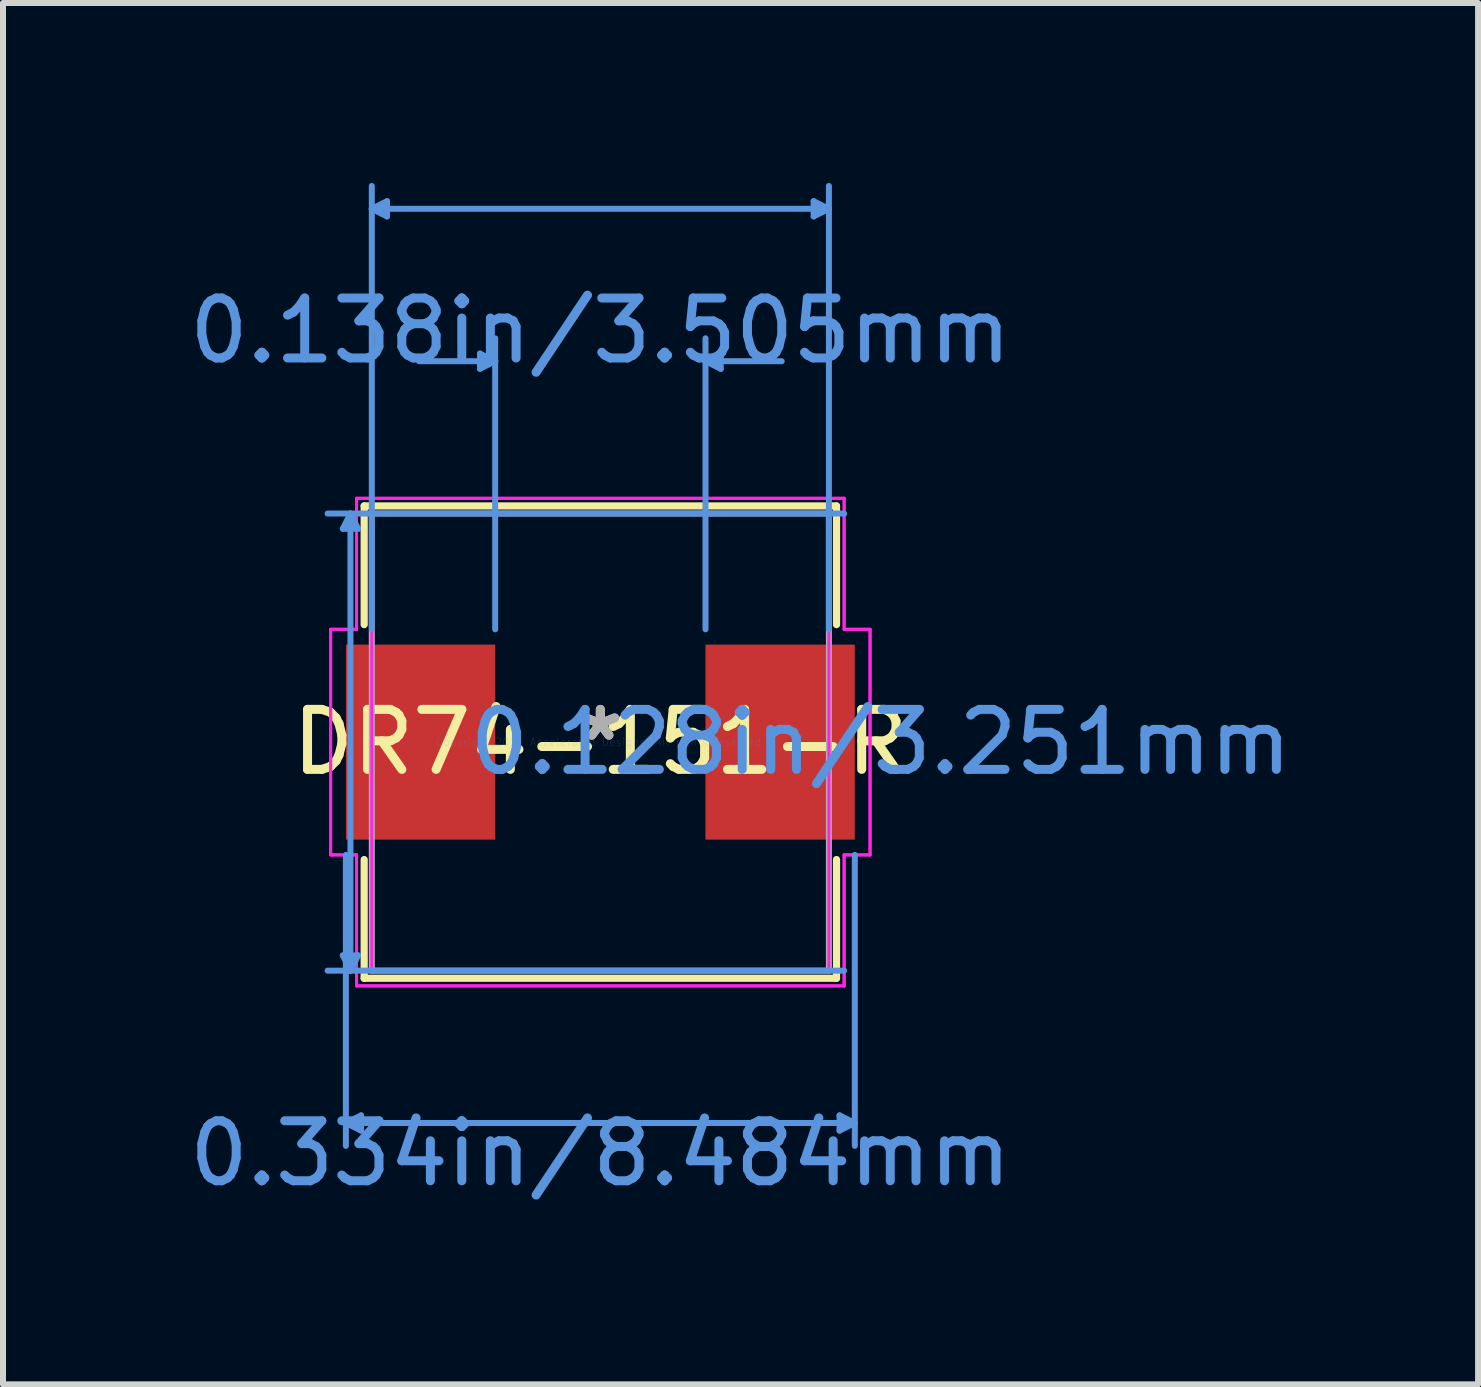
<source format=kicad_pcb>
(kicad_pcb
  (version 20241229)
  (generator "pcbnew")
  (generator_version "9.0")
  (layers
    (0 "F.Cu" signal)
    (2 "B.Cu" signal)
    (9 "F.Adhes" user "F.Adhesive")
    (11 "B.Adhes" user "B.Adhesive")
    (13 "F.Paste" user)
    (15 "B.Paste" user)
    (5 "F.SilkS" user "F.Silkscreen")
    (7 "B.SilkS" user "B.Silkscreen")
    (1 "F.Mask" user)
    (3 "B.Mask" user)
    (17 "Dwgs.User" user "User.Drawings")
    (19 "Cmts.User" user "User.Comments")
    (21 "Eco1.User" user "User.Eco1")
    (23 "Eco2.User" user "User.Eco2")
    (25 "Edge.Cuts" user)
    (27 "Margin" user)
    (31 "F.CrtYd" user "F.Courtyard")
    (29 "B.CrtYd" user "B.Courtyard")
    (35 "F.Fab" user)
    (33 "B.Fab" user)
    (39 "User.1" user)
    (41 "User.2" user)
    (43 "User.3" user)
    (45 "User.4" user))
  (footprint "DR74-151-R"
    (layer "F.Cu")
    (at 6.958 9.321)
    (property "Reference" "DR74-151-R" (at 0 0 0) (layer "F.SilkS") (effects (font (size 1 1) (thickness 0.15))))
    (attr through_hole)
    (fp_line (start -3.937 -3.937) (end -3.937 -1.958) (stroke (width 0.12) (type solid)) (layer "F.SilkS"))
    (fp_line (start -3.937 1.958) (end -3.937 3.937) (stroke (width 0.12) (type solid)) (layer "F.SilkS"))
    (fp_line (start -3.937 3.937) (end 3.937 3.937) (stroke (width 0.12) (type solid)) (layer "F.SilkS"))
    (fp_line (start 3.937 -3.937) (end -3.937 -3.937) (stroke (width 0.12) (type solid)) (layer "F.SilkS"))
    (fp_line (start 3.937 -1.958) (end 3.937 -3.937) (stroke (width 0.12) (type solid)) (layer "F.SilkS"))
    (fp_line (start 3.937 3.937) (end 3.937 1.958) (stroke (width 0.12) (type solid)) (layer "F.SilkS"))
    (fp_line (start -4.293 -3.556) (end -4.039 -3.556) (stroke (width 0.1) (type solid)) (layer "Cmts.User"))
    (fp_line (start -4.293 3.556) (end -4.039 3.556) (stroke (width 0.1) (type solid)) (layer "Cmts.User"))
    (fp_line (start -4.242 1.88) (end -4.242 6.731) (stroke (width 0.1) (type solid)) (layer "Cmts.User"))
    (fp_line (start -4.242 6.35) (end -3.988 6.223) (stroke (width 0.1) (type solid)) (layer "Cmts.User"))
    (fp_line (start -4.242 6.35) (end -3.988 6.477) (stroke (width 0.1) (type solid)) (layer "Cmts.User"))
    (fp_line (start -4.242 6.35) (end 4.242 6.35) (stroke (width 0.1) (type solid)) (layer "Cmts.User"))
    (fp_line (start -4.166 -3.81) (end -4.293 -3.556) (stroke (width 0.1) (type solid)) (layer "Cmts.User"))
    (fp_line (start -4.166 -3.81) (end -4.166 3.81) (stroke (width 0.1) (type solid)) (layer "Cmts.User"))
    (fp_line (start -4.166 -3.81) (end -4.039 -3.556) (stroke (width 0.1) (type solid)) (layer "Cmts.User"))
    (fp_line (start -4.166 3.81) (end -4.293 3.556) (stroke (width 0.1) (type solid)) (layer "Cmts.User"))
    (fp_line (start -4.166 3.81) (end -4.039 3.556) (stroke (width 0.1) (type solid)) (layer "Cmts.User"))
    (fp_line (start -3.988 6.223) (end -3.988 6.477) (stroke (width 0.1) (type solid)) (layer "Cmts.User"))
    (fp_line (start -3.81 -8.89) (end -3.556 -9.017) (stroke (width 0.1) (type solid)) (layer "Cmts.User"))
    (fp_line (start -3.81 -8.89) (end -3.556 -8.763) (stroke (width 0.1) (type solid)) (layer "Cmts.User"))
    (fp_line (start -3.81 -8.89) (end 3.81 -8.89) (stroke (width 0.1) (type solid)) (layer "Cmts.User"))
    (fp_line (start -3.81 -1.88) (end -3.81 -9.271) (stroke (width 0.1) (type solid)) (layer "Cmts.User"))
    (fp_line (start -3.556 -9.017) (end -3.556 -8.763) (stroke (width 0.1) (type solid)) (layer "Cmts.User"))
    (fp_line (start -2.007 -6.477) (end -2.007 -6.223) (stroke (width 0.1) (type solid)) (layer "Cmts.User"))
    (fp_line (start -1.753 -6.35) (end -3.023 -6.35) (stroke (width 0.1) (type solid)) (layer "Cmts.User"))
    (fp_line (start -1.753 -6.35) (end -2.007 -6.477) (stroke (width 0.1) (type solid)) (layer "Cmts.User"))
    (fp_line (start -1.753 -6.35) (end -2.007 -6.223) (stroke (width 0.1) (type solid)) (layer "Cmts.User"))
    (fp_line (start -1.753 -1.88) (end -1.753 -6.731) (stroke (width 0.1) (type solid)) (layer "Cmts.User"))
    (fp_line (start 1.753 -6.35) (end 2.007 -6.477) (stroke (width 0.1) (type solid)) (layer "Cmts.User"))
    (fp_line (start 1.753 -6.35) (end 2.007 -6.223) (stroke (width 0.1) (type solid)) (layer "Cmts.User"))
    (fp_line (start 1.753 -6.35) (end 3.023 -6.35) (stroke (width 0.1) (type solid)) (layer "Cmts.User"))
    (fp_line (start 1.753 -1.88) (end 1.753 -6.731) (stroke (width 0.1) (type solid)) (layer "Cmts.User"))
    (fp_line (start 2.007 -6.477) (end 2.007 -6.223) (stroke (width 0.1) (type solid)) (layer "Cmts.User"))
    (fp_line (start 3.556 -9.017) (end 3.556 -8.763) (stroke (width 0.1) (type solid)) (layer "Cmts.User"))
    (fp_line (start 3.81 -8.89) (end 3.556 -9.017) (stroke (width 0.1) (type solid)) (layer "Cmts.User"))
    (fp_line (start 3.81 -8.89) (end 3.556 -8.763) (stroke (width 0.1) (type solid)) (layer "Cmts.User"))
    (fp_line (start 3.81 -1.88) (end 3.81 -9.271) (stroke (width 0.1) (type solid)) (layer "Cmts.User"))
    (fp_line (start 3.988 6.223) (end 3.988 6.477) (stroke (width 0.1) (type solid)) (layer "Cmts.User"))
    (fp_line (start 4.064 -3.81) (end -4.547 -3.81) (stroke (width 0.1) (type solid)) (layer "Cmts.User"))
    (fp_line (start 4.064 3.81) (end -4.547 3.81) (stroke (width 0.1) (type solid)) (layer "Cmts.User"))
    (fp_line (start 4.242 1.88) (end 4.242 6.731) (stroke (width 0.1) (type solid)) (layer "Cmts.User"))
    (fp_line (start 4.242 6.35) (end 3.988 6.223) (stroke (width 0.1) (type solid)) (layer "Cmts.User"))
    (fp_line (start 4.242 6.35) (end 3.988 6.477) (stroke (width 0.1) (type solid)) (layer "Cmts.User"))
    (fp_line (start -4.496 -1.88) (end -4.064 -1.88) (stroke (width 0.05) (type solid)) (layer "F.CrtYd"))
    (fp_line (start -4.496 -1.88) (end -4.064 -1.88) (stroke (width 0.05) (type solid)) (layer "F.CrtYd"))
    (fp_line (start -4.496 1.88) (end -4.496 -1.88) (stroke (width 0.05) (type solid)) (layer "F.CrtYd"))
    (fp_line (start -4.496 1.88) (end -4.496 -1.88) (stroke (width 0.05) (type solid)) (layer "F.CrtYd"))
    (fp_line (start -4.496 1.88) (end -4.064 1.88) (stroke (width 0.05) (type solid)) (layer "F.CrtYd"))
    (fp_line (start -4.064 -4.064) (end 4.064 -4.064) (stroke (width 0.05) (type solid)) (layer "F.CrtYd"))
    (fp_line (start -4.064 -4.064) (end 4.064 -4.064) (stroke (width 0.05) (type solid)) (layer "F.CrtYd"))
    (fp_line (start -4.064 -1.88) (end -4.064 -4.064) (stroke (width 0.05) (type solid)) (layer "F.CrtYd"))
    (fp_line (start -4.064 -1.88) (end -4.064 -4.064) (stroke (width 0.05) (type solid)) (layer "F.CrtYd"))
    (fp_line (start -4.064 1.88) (end -4.496 1.88) (stroke (width 0.05) (type solid)) (layer "F.CrtYd"))
    (fp_line (start -4.064 1.88) (end -4.064 4.064) (stroke (width 0.05) (type solid)) (layer "F.CrtYd"))
    (fp_line (start -4.064 4.064) (end -4.064 1.88) (stroke (width 0.05) (type solid)) (layer "F.CrtYd"))
    (fp_line (start -4.064 4.064) (end 4.064 4.064) (stroke (width 0.05) (type solid)) (layer "F.CrtYd"))
    (fp_line (start -3.81 -3.81) (end 3.81 -3.81) (stroke (width 0.05) (type solid)) (layer "F.CrtYd"))
    (fp_line (start -3.81 3.81) (end -3.81 -3.81) (stroke (width 0.05) (type solid)) (layer "F.CrtYd"))
    (fp_line (start 3.81 -3.81) (end 3.81 3.81) (stroke (width 0.05) (type solid)) (layer "F.CrtYd"))
    (fp_line (start 3.81 3.81) (end -3.81 3.81) (stroke (width 0.05) (type solid)) (layer "F.CrtYd"))
    (fp_line (start 4.064 -4.064) (end 4.064 -1.88) (stroke (width 0.05) (type solid)) (layer "F.CrtYd"))
    (fp_line (start 4.064 -4.064) (end 4.064 -1.88) (stroke (width 0.05) (type solid)) (layer "F.CrtYd"))
    (fp_line (start 4.064 -1.88) (end 4.496 -1.88) (stroke (width 0.05) (type solid)) (layer "F.CrtYd"))
    (fp_line (start 4.064 -1.88) (end 4.496 -1.88) (stroke (width 0.05) (type solid)) (layer "F.CrtYd"))
    (fp_line (start 4.064 1.88) (end 4.064 4.064) (stroke (width 0.05) (type solid)) (layer "F.CrtYd"))
    (fp_line (start 4.064 1.88) (end 4.496 1.88) (stroke (width 0.05) (type solid)) (layer "F.CrtYd"))
    (fp_line (start 4.064 4.064) (end -4.064 4.064) (stroke (width 0.05) (type solid)) (layer "F.CrtYd"))
    (fp_line (start 4.064 4.064) (end 4.064 1.88) (stroke (width 0.05) (type solid)) (layer "F.CrtYd"))
    (fp_line (start 4.064 4.064) (end 4.064 4.064) (stroke (width 0.05) (type solid)) (layer "F.CrtYd"))
    (fp_line (start 4.496 -1.88) (end 4.496 1.88) (stroke (width 0.05) (type solid)) (layer "F.CrtYd"))
    (fp_line (start 4.496 -1.88) (end 4.496 1.88) (stroke (width 0.05) (type solid)) (layer "F.CrtYd"))
    (fp_line (start 4.496 1.88) (end 4.064 1.88) (stroke (width 0.05) (type solid)) (layer "F.CrtYd"))
    (fp_line (start -3.81 -3.81) (end -3.81 3.81) (stroke (width 0.1) (type solid)) (layer "F.Fab"))
    (fp_line (start -3.81 3.81) (end 3.81 3.81) (stroke (width 0.1) (type solid)) (layer "F.Fab"))
    (fp_line (start 3.81 -3.81) (end -3.81 -3.81) (stroke (width 0.1) (type solid)) (layer "F.Fab"))
    (fp_line (start 3.81 3.81) (end 3.81 -3.81) (stroke (width 0.1) (type solid)) (layer "F.Fab"))
    (fp_text user "*" (at 0 0 0) (layer "F.SilkS") (effects (font (size 1 1) (thickness 0.15))))
    (fp_text user "0.334in/8.484mm" (at 0 6.858 0) (layer "Cmts.User") (effects (font (size 1 1) (thickness 0.15))))
    (fp_text user "0.138in/3.505mm" (at 0 -6.858 0) (layer "Cmts.User") (effects (font (size 1 1) (thickness 0.15))))
    (fp_text user "0.128in/3.251mm" (at 4.674 0 0) (layer "Cmts.User") (effects (font (size 1 1) (thickness 0.15))))
    (fp_text user "Copyright 2021 Accelerated Designs. All rights reserved." (at 0 0 0) (layer "Cmts.User") (effects (font (size 0.127 0.127) (thickness 0.002))))
    (fp_text user "*" (at 0 0 0) (layer "F.Fab") (effects (font (size 1 1) (thickness 0.15))))
    (pad "1" smd rect (at -2.997 0) (size 2.489 3.251) (layers "F.Cu" "F.Mask" "F.Paste"))
    (pad "2" smd rect (at 2.997 0) (size 2.489 3.251) (layers "F.Cu" "F.Mask" "F.Paste")))
  (gr_rect
    (start -3 -3)
    (end 21.59 20.027)
    (stroke (width 0.1) (type default))
    (fill no)
    (layer "Edge.Cuts")))
</source>
